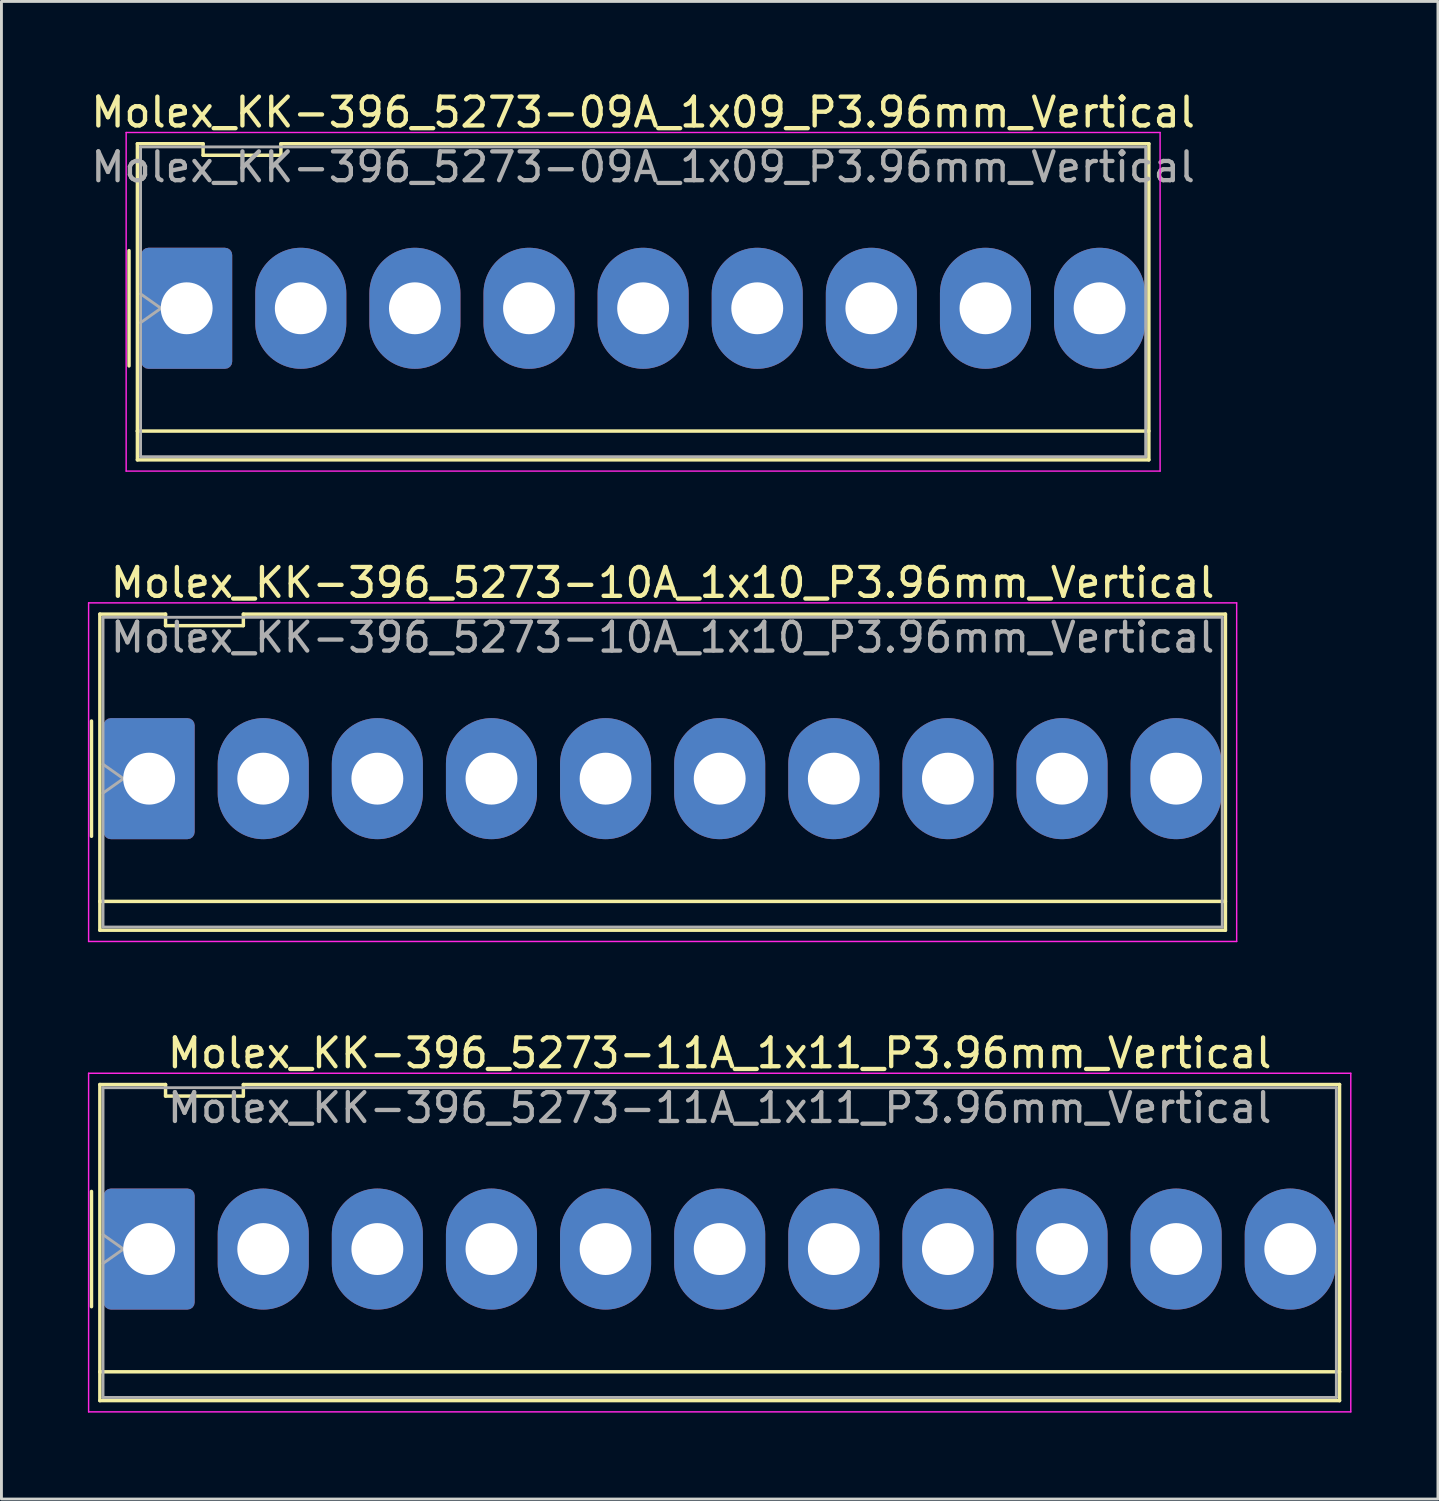
<source format=kicad_pcb>
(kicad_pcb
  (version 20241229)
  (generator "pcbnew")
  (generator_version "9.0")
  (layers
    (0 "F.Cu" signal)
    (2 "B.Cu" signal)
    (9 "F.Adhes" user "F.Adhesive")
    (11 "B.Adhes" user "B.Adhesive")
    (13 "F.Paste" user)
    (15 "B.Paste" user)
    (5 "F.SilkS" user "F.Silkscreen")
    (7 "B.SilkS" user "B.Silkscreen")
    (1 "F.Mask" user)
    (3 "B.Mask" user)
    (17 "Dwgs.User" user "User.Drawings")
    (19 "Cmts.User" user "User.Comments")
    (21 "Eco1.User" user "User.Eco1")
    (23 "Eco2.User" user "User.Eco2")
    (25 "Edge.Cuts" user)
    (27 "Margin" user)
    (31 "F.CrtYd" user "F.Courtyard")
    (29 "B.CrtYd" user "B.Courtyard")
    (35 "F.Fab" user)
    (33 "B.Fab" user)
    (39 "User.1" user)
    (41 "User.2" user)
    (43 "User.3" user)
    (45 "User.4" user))
  (footprint "Molex_KK-396_5273-11A_1x11_P3.96mm_Vertical"
    (layer "F.Cu")
    (at 2.125 40.295)
    (property "Reference" "Molex_KK-396_5273-11A_1x11_P3.96mm_Vertical" (at 19.8 -6.8 0) (layer "F.SilkS") (effects (font (size 1 1) (thickness 0.15))))
    (attr through_hole)
    (fp_line (start -2 -2) (end -2 2) (stroke (width 0.12) (type solid)) (layer "F.SilkS"))
    (fp_line (start -1.71 -5.71) (end 0.57 -5.71) (stroke (width 0.12) (type solid)) (layer "F.SilkS"))
    (fp_line (start -1.71 4.26) (end -1.71 -5.71) (stroke (width 0.12) (type solid)) (layer "F.SilkS"))
    (fp_line (start -1.71 4.26) (end 41.31 4.26) (stroke (width 0.12) (type solid)) (layer "F.SilkS"))
    (fp_line (start -1.71 5.26) (end -1.71 4.26) (stroke (width 0.12) (type solid)) (layer "F.SilkS"))
    (fp_line (start 0.57 -5.71) (end 0.57 -5.31) (stroke (width 0.12) (type solid)) (layer "F.SilkS"))
    (fp_line (start 0.57 -5.31) (end 3.27 -5.31) (stroke (width 0.12) (type solid)) (layer "F.SilkS"))
    (fp_line (start 3.27 -5.71) (end 41.31 -5.71) (stroke (width 0.12) (type solid)) (layer "F.SilkS"))
    (fp_line (start 3.27 -5.31) (end 3.27 -5.71) (stroke (width 0.12) (type solid)) (layer "F.SilkS"))
    (fp_line (start 41.31 -5.71) (end 41.31 5.26) (stroke (width 0.12) (type solid)) (layer "F.SilkS"))
    (fp_line (start 41.31 5.26) (end -1.71 5.26) (stroke (width 0.12) (type solid)) (layer "F.SilkS"))
    (fp_line (start -2.1 -6.1) (end -2.1 5.65) (stroke (width 0.05) (type solid)) (layer "F.CrtYd"))
    (fp_line (start -2.1 5.65) (end 41.7 5.65) (stroke (width 0.05) (type solid)) (layer "F.CrtYd"))
    (fp_line (start 41.7 -6.1) (end -2.1 -6.1) (stroke (width 0.05) (type solid)) (layer "F.CrtYd"))
    (fp_line (start 41.7 5.65) (end 41.7 -6.1) (stroke (width 0.05) (type solid)) (layer "F.CrtYd"))
    (fp_line (start -1.6 -5.6) (end 41.2 -5.6) (stroke (width 0.1) (type solid)) (layer "F.Fab"))
    (fp_line (start -1.6 -0.5) (end -0.893 0) (stroke (width 0.1) (type solid)) (layer "F.Fab"))
    (fp_line (start -1.6 5.15) (end -1.6 -5.6) (stroke (width 0.1) (type solid)) (layer "F.Fab"))
    (fp_line (start -0.893 0) (end -1.6 0.5) (stroke (width 0.1) (type solid)) (layer "F.Fab"))
    (fp_line (start 41.2 -5.6) (end 41.2 5.15) (stroke (width 0.1) (type solid)) (layer "F.Fab"))
    (fp_line (start 41.2 5.15) (end -1.6 5.15) (stroke (width 0.1) (type solid)) (layer "F.Fab"))
    (fp_text user "${REFERENCE}" (at 19.8 -4.9 0) (layer "F.Fab") (effects (font (size 1 1) (thickness 0.15))))
    (pad "1" thru_hole roundrect (at 0 0) (size 3.16 4.2) (drill 1.8) (layers "*.Cu" "*.Mask") (roundrect_rratio 0.079))
    (pad "2" thru_hole oval (at 3.96 0) (size 3.16 4.2) (drill 1.8) (layers "*.Cu" "*.Mask"))
    (pad "3" thru_hole oval (at 7.92 0) (size 3.16 4.2) (drill 1.8) (layers "*.Cu" "*.Mask"))
    (pad "4" thru_hole oval (at 11.88 0) (size 3.16 4.2) (drill 1.8) (layers "*.Cu" "*.Mask"))
    (pad "5" thru_hole oval (at 15.84 0) (size 3.16 4.2) (drill 1.8) (layers "*.Cu" "*.Mask"))
    (pad "6" thru_hole oval (at 19.8 0) (size 3.16 4.2) (drill 1.8) (layers "*.Cu" "*.Mask"))
    (pad "7" thru_hole oval (at 23.76 0) (size 3.16 4.2) (drill 1.8) (layers "*.Cu" "*.Mask"))
    (pad "8" thru_hole oval (at 27.72 0) (size 3.16 4.2) (drill 1.8) (layers "*.Cu" "*.Mask"))
    (pad "9" thru_hole oval (at 31.68 0) (size 3.16 4.2) (drill 1.8) (layers "*.Cu" "*.Mask"))
    (pad "10" thru_hole oval (at 35.64 0) (size 3.16 4.2) (drill 1.8) (layers "*.Cu" "*.Mask"))
    (pad "11" thru_hole oval (at 39.6 0) (size 3.16 4.2) (drill 1.8) (layers "*.Cu" "*.Mask")))
  (footprint "Molex_KK-396_5273-10A_1x10_P3.96mm_Vertical"
    (layer "F.Cu")
    (at 2.125 23.971)
    (property "Reference" "Molex_KK-396_5273-10A_1x10_P3.96mm_Vertical" (at 17.82 -6.8 0) (layer "F.SilkS") (effects (font (size 1 1) (thickness 0.15))))
    (attr through_hole)
    (fp_line (start -2 -2) (end -2 2) (stroke (width 0.12) (type solid)) (layer "F.SilkS"))
    (fp_line (start -1.71 -5.71) (end 0.57 -5.71) (stroke (width 0.12) (type solid)) (layer "F.SilkS"))
    (fp_line (start -1.71 4.26) (end -1.71 -5.71) (stroke (width 0.12) (type solid)) (layer "F.SilkS"))
    (fp_line (start -1.71 4.26) (end 37.35 4.26) (stroke (width 0.12) (type solid)) (layer "F.SilkS"))
    (fp_line (start -1.71 5.26) (end -1.71 4.26) (stroke (width 0.12) (type solid)) (layer "F.SilkS"))
    (fp_line (start 0.57 -5.71) (end 0.57 -5.31) (stroke (width 0.12) (type solid)) (layer "F.SilkS"))
    (fp_line (start 0.57 -5.31) (end 3.27 -5.31) (stroke (width 0.12) (type solid)) (layer "F.SilkS"))
    (fp_line (start 3.27 -5.71) (end 37.35 -5.71) (stroke (width 0.12) (type solid)) (layer "F.SilkS"))
    (fp_line (start 3.27 -5.31) (end 3.27 -5.71) (stroke (width 0.12) (type solid)) (layer "F.SilkS"))
    (fp_line (start 37.35 -5.71) (end 37.35 5.26) (stroke (width 0.12) (type solid)) (layer "F.SilkS"))
    (fp_line (start 37.35 5.26) (end -1.71 5.26) (stroke (width 0.12) (type solid)) (layer "F.SilkS"))
    (fp_line (start -2.1 -6.1) (end -2.1 5.65) (stroke (width 0.05) (type solid)) (layer "F.CrtYd"))
    (fp_line (start -2.1 5.65) (end 37.74 5.65) (stroke (width 0.05) (type solid)) (layer "F.CrtYd"))
    (fp_line (start 37.74 -6.1) (end -2.1 -6.1) (stroke (width 0.05) (type solid)) (layer "F.CrtYd"))
    (fp_line (start 37.74 5.65) (end 37.74 -6.1) (stroke (width 0.05) (type solid)) (layer "F.CrtYd"))
    (fp_line (start -1.6 -5.6) (end 37.24 -5.6) (stroke (width 0.1) (type solid)) (layer "F.Fab"))
    (fp_line (start -1.6 -0.5) (end -0.893 0) (stroke (width 0.1) (type solid)) (layer "F.Fab"))
    (fp_line (start -1.6 5.15) (end -1.6 -5.6) (stroke (width 0.1) (type solid)) (layer "F.Fab"))
    (fp_line (start -0.893 0) (end -1.6 0.5) (stroke (width 0.1) (type solid)) (layer "F.Fab"))
    (fp_line (start 37.24 -5.6) (end 37.24 5.15) (stroke (width 0.1) (type solid)) (layer "F.Fab"))
    (fp_line (start 37.24 5.15) (end -1.6 5.15) (stroke (width 0.1) (type solid)) (layer "F.Fab"))
    (fp_text user "${REFERENCE}" (at 17.82 -4.9 0) (layer "F.Fab") (effects (font (size 1 1) (thickness 0.15))))
    (pad "1" thru_hole roundrect (at 0 0) (size 3.16 4.2) (drill 1.8) (layers "*.Cu" "*.Mask") (roundrect_rratio 0.079))
    (pad "2" thru_hole oval (at 3.96 0) (size 3.16 4.2) (drill 1.8) (layers "*.Cu" "*.Mask"))
    (pad "3" thru_hole oval (at 7.92 0) (size 3.16 4.2) (drill 1.8) (layers "*.Cu" "*.Mask"))
    (pad "4" thru_hole oval (at 11.88 0) (size 3.16 4.2) (drill 1.8) (layers "*.Cu" "*.Mask"))
    (pad "5" thru_hole oval (at 15.84 0) (size 3.16 4.2) (drill 1.8) (layers "*.Cu" "*.Mask"))
    (pad "6" thru_hole oval (at 19.8 0) (size 3.16 4.2) (drill 1.8) (layers "*.Cu" "*.Mask"))
    (pad "7" thru_hole oval (at 23.76 0) (size 3.16 4.2) (drill 1.8) (layers "*.Cu" "*.Mask"))
    (pad "8" thru_hole oval (at 27.72 0) (size 3.16 4.2) (drill 1.8) (layers "*.Cu" "*.Mask"))
    (pad "9" thru_hole oval (at 31.68 0) (size 3.16 4.2) (drill 1.8) (layers "*.Cu" "*.Mask"))
    (pad "10" thru_hole oval (at 35.64 0) (size 3.16 4.2) (drill 1.8) (layers "*.Cu" "*.Mask")))
  (footprint "Molex_KK-396_5273-09A_1x09_P3.96mm_Vertical"
    (layer "F.Cu")
    (at 3.428 7.648)
    (property "Reference" "Molex_KK-396_5273-09A_1x09_P3.96mm_Vertical" (at 15.84 -6.8 0) (layer "F.SilkS") (effects (font (size 1 1) (thickness 0.15))))
    (attr through_hole)
    (fp_line (start -2 -2) (end -2 2) (stroke (width 0.12) (type solid)) (layer "F.SilkS"))
    (fp_line (start -1.71 -5.71) (end 0.57 -5.71) (stroke (width 0.12) (type solid)) (layer "F.SilkS"))
    (fp_line (start -1.71 4.26) (end -1.71 -5.71) (stroke (width 0.12) (type solid)) (layer "F.SilkS"))
    (fp_line (start -1.71 4.26) (end 33.39 4.26) (stroke (width 0.12) (type solid)) (layer "F.SilkS"))
    (fp_line (start -1.71 5.26) (end -1.71 4.26) (stroke (width 0.12) (type solid)) (layer "F.SilkS"))
    (fp_line (start 0.57 -5.71) (end 0.57 -5.31) (stroke (width 0.12) (type solid)) (layer "F.SilkS"))
    (fp_line (start 0.57 -5.31) (end 3.27 -5.31) (stroke (width 0.12) (type solid)) (layer "F.SilkS"))
    (fp_line (start 3.27 -5.71) (end 33.39 -5.71) (stroke (width 0.12) (type solid)) (layer "F.SilkS"))
    (fp_line (start 3.27 -5.31) (end 3.27 -5.71) (stroke (width 0.12) (type solid)) (layer "F.SilkS"))
    (fp_line (start 33.39 -5.71) (end 33.39 5.26) (stroke (width 0.12) (type solid)) (layer "F.SilkS"))
    (fp_line (start 33.39 5.26) (end -1.71 5.26) (stroke (width 0.12) (type solid)) (layer "F.SilkS"))
    (fp_line (start -2.1 -6.1) (end -2.1 5.65) (stroke (width 0.05) (type solid)) (layer "F.CrtYd"))
    (fp_line (start -2.1 5.65) (end 33.78 5.65) (stroke (width 0.05) (type solid)) (layer "F.CrtYd"))
    (fp_line (start 33.78 -6.1) (end -2.1 -6.1) (stroke (width 0.05) (type solid)) (layer "F.CrtYd"))
    (fp_line (start 33.78 5.65) (end 33.78 -6.1) (stroke (width 0.05) (type solid)) (layer "F.CrtYd"))
    (fp_line (start -1.6 -5.6) (end 33.28 -5.6) (stroke (width 0.1) (type solid)) (layer "F.Fab"))
    (fp_line (start -1.6 -0.5) (end -0.893 0) (stroke (width 0.1) (type solid)) (layer "F.Fab"))
    (fp_line (start -1.6 5.15) (end -1.6 -5.6) (stroke (width 0.1) (type solid)) (layer "F.Fab"))
    (fp_line (start -0.893 0) (end -1.6 0.5) (stroke (width 0.1) (type solid)) (layer "F.Fab"))
    (fp_line (start 33.28 -5.6) (end 33.28 5.15) (stroke (width 0.1) (type solid)) (layer "F.Fab"))
    (fp_line (start 33.28 5.15) (end -1.6 5.15) (stroke (width 0.1) (type solid)) (layer "F.Fab"))
    (fp_text user "${REFERENCE}" (at 15.84 -4.9 0) (layer "F.Fab") (effects (font (size 1 1) (thickness 0.15))))
    (pad "1" thru_hole roundrect (at 0 0) (size 3.16 4.2) (drill 1.8) (layers "*.Cu" "*.Mask") (roundrect_rratio 0.079))
    (pad "2" thru_hole oval (at 3.96 0) (size 3.16 4.2) (drill 1.8) (layers "*.Cu" "*.Mask"))
    (pad "3" thru_hole oval (at 7.92 0) (size 3.16 4.2) (drill 1.8) (layers "*.Cu" "*.Mask"))
    (pad "4" thru_hole oval (at 11.88 0) (size 3.16 4.2) (drill 1.8) (layers "*.Cu" "*.Mask"))
    (pad "5" thru_hole oval (at 15.84 0) (size 3.16 4.2) (drill 1.8) (layers "*.Cu" "*.Mask"))
    (pad "6" thru_hole oval (at 19.8 0) (size 3.16 4.2) (drill 1.8) (layers "*.Cu" "*.Mask"))
    (pad "7" thru_hole oval (at 23.76 0) (size 3.16 4.2) (drill 1.8) (layers "*.Cu" "*.Mask"))
    (pad "8" thru_hole oval (at 27.72 0) (size 3.16 4.2) (drill 1.8) (layers "*.Cu" "*.Mask"))
    (pad "9" thru_hole oval (at 31.68 0) (size 3.16 4.2) (drill 1.8) (layers "*.Cu" "*.Mask")))
  (gr_rect
    (start -3 -3)
    (end 46.85 48.97)
    (stroke (width 0.1) (type default))
    (fill no)
    (layer "Edge.Cuts")))
</source>
